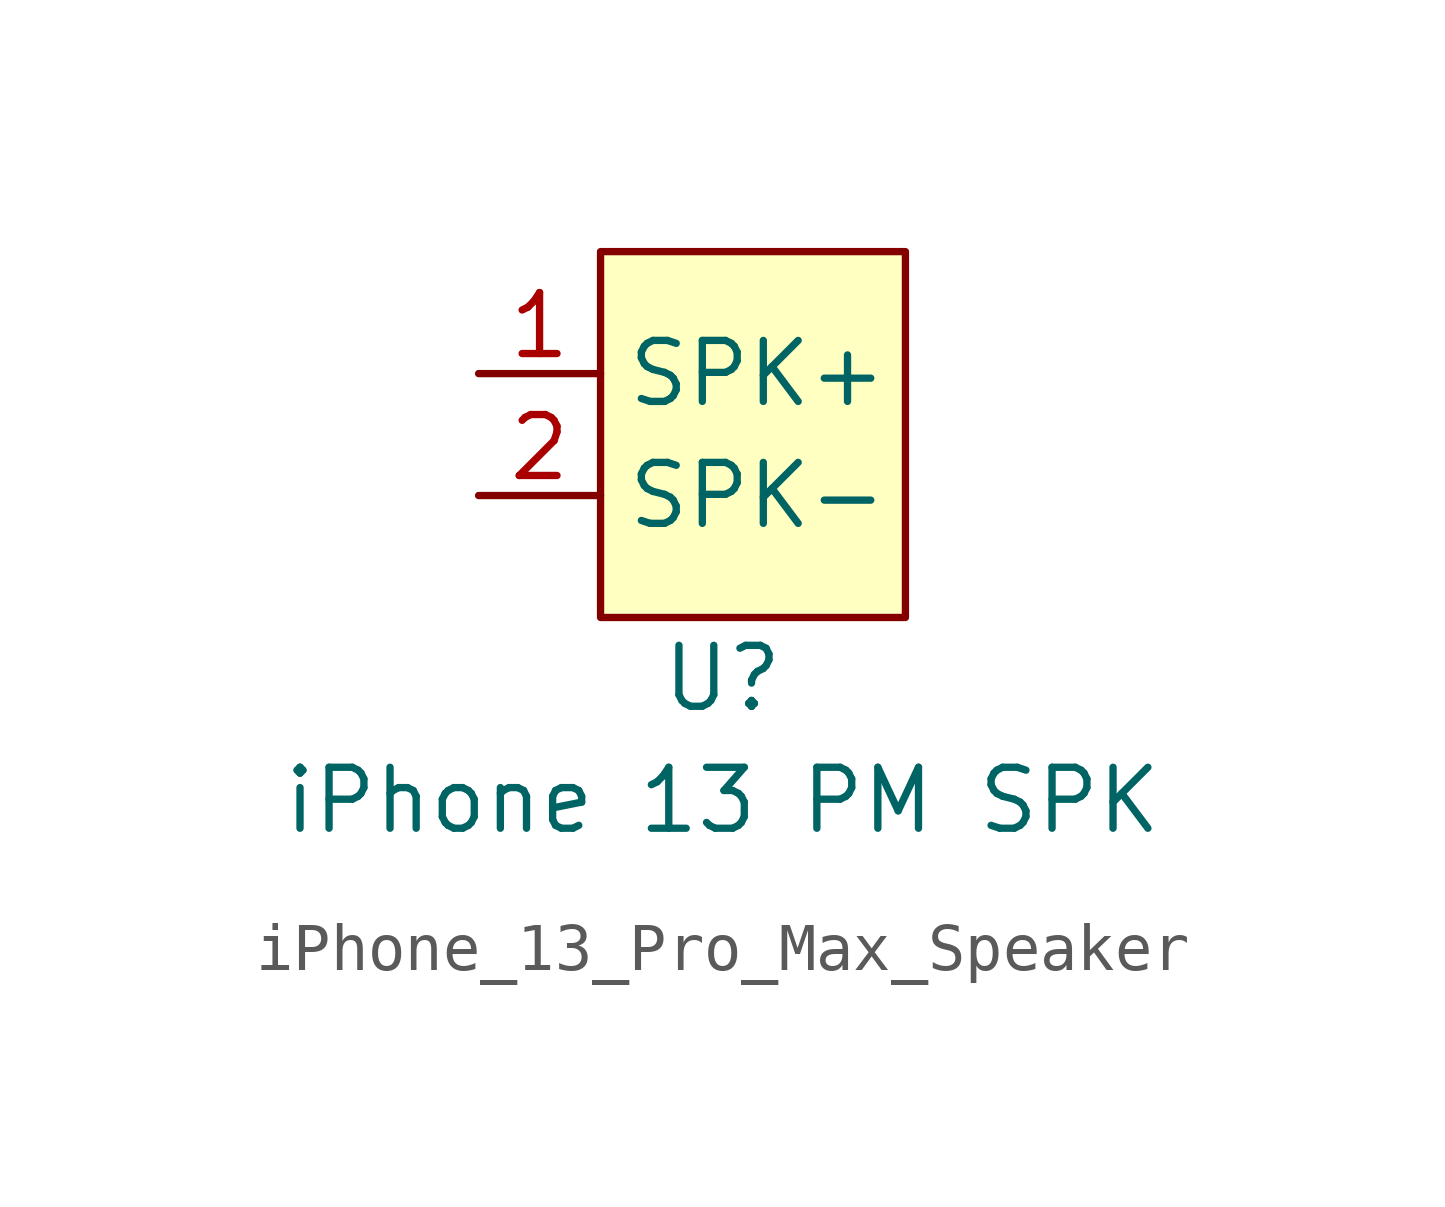
<source format=kicad_sym>
(kicad_symbol_lib
  (version 20220914)
  (generator kicad_symbol_editor)
  (symbol "iPhone_13_Pro_Max_Speaker"
    (property "Reference" "U"
      (at 0 -5.08 0)
      (effects (font (size 1.27 1.27))))
    (property "Value" "iPhone 13 PM SPK"
      (at 0 -7.62 0)
      (effects (font (size 1.27 1.27))))
    (symbol "iPhone_13_Pro_Max_Speaker_0_0"
      (pin passive line (at -5.08 1.27 0) (length 2.54) (name "SPK+" (effects (font (size 1.27 1.27)))) (number "1" (effects (font (size 1.27 1.27)))))
      (pin passive line (at -5.08 -1.27 0) (length 2.54) (name "SPK-" (effects (font (size 1.27 1.27)))) (number "2" (effects (font (size 1.27 1.27))))))
    (symbol "iPhone_13_Pro_Max_Speaker_1_1"
      (rectangle (start -2.54 3.81) (end 3.81 -3.81) (stroke (width 0) (type default)) (fill (type background))))))
</source>
